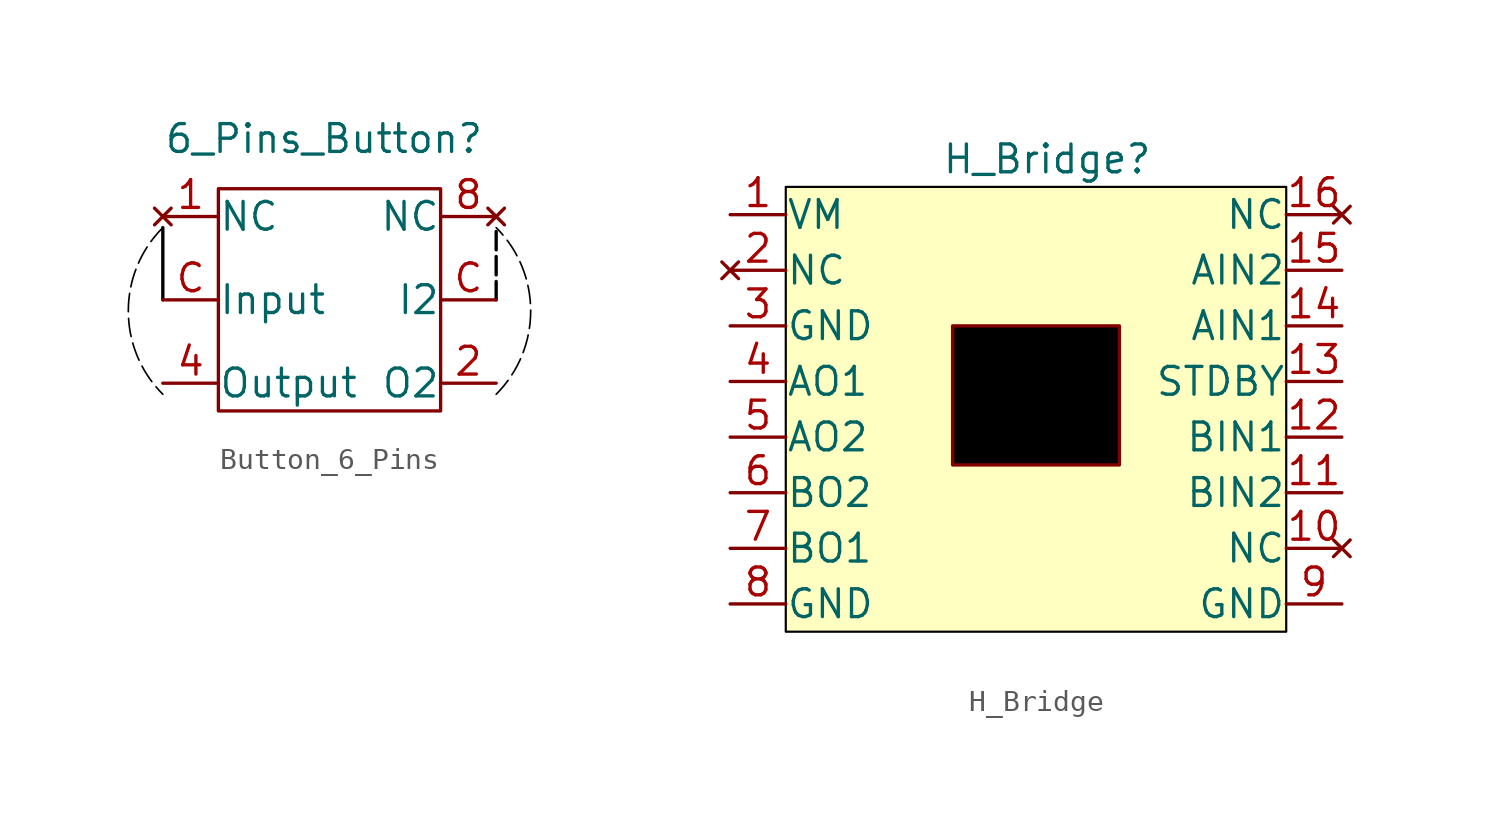
<source format=kicad_sym>
(kicad_symbol_lib
  (version 20231120)
  (generator "kicad_symbol_editor")
  (generator_version "8.0")
  (symbol "Button_6_Pins"
    (pin_names
      (offset 0.0001))
    (property "Reference" "6_Pins_Button"
      (at -0.254 7.366 0)
      (effects (font (size 1.27 1.27))))
    (property "Value" ""
      (at 0 0 0)
      (effects (font (size 1.27 1.27))))
    (symbol "Button_6_Pins_0_1"
      (rectangle (start -5.08 5.08) (end 5.08 -5.08) (stroke (width 0) (type default)) (fill (type none))))
    (symbol "Button_6_Pins_1_1"
      (arc (start -7.62 3.302) (mid -9.1982 -0.508) (end -7.62 -4.318) (stroke (width 0.0762) (type dash) (color 0 0 0 1)) (fill (type none)))
      (polyline (pts (xy -7.62 0) (xy -7.62 3.302)) (stroke (width 0) (type default) (color 0 0 0 1)) (fill (type none)))
      (polyline (pts (xy 7.62 0) (xy 7.62 3.302)) (stroke (width 0) (type default) (color 0 0 0 1)) (fill (type none)))
      (arc (start 7.62 -4.318) (mid 9.1982 -0.508) (end 7.62 3.302) (stroke (width 0.0762) (type dash) (color 0 0 0 1)) (fill (type none)))
      (pin no_connect line (at -7.62 3.81 0) (length 2.54) (name "NC" (effects (font (size 1.27 1.27)))) (number "1" (effects (font (size 1.27 1.27)))))
      (pin free line (at 7.62 -3.81 180) (length 2.54) (name "O2" (effects (font (size 1.27 1.27)))) (number "2" (effects (font (size 1.27 1.27)))))
      (pin free line (at -7.62 -3.81 0) (length 2.54) (name "Output" (effects (font (size 1.27 1.27)))) (number "4" (effects (font (size 1.27 1.27)))))
      (pin no_connect line (at 7.62 3.81 180) (length 2.54) (name "NC" (effects (font (size 1.27 1.27)))) (number "8" (effects (font (size 1.27 1.27)))))
      (pin free line (at 7.62 0 180) (length 2.54) (name "I2" (effects (font (size 1.27 1.27)))) (number "C" (effects (font (size 1.27 1.27)))))
      (pin input line (at -7.62 0 0) (length 2.54) (name "Input" (effects (font (size 1.27 1.27)))) (number "C" (effects (font (size 1.27 1.27)))))))
  (symbol "H_Bridge"
    (pin_names
      (offset 0.0001))
    (property "Reference" "H_Bridge"
      (at 0.508 11.43 0)
      (effects (font (size 1.27 1.27))))
    (property "Value" ""
      (at -0.203 2.743 0)
      (effects (font (size 1.27 1.27))))
    (symbol "H_Bridge_1_1"
      (rectangle (start -11.43 10.16) (end 11.43 -10.16) (stroke (width 0.1) (type default) (color 0 0 0 1)) (fill (type background)))
      (rectangle (start -3.81 3.81) (end 3.81 -2.54) (stroke (width 0) (type default)) (fill (type color) (color 0 0 0 1)))
      (pin input line (at -13.97 8.89 0) (length 2.54) (name "VM" (effects (font (size 1.27 1.27)))) (number "1" (effects (font (size 1.27 1.27)))))
      (pin no_connect line (at 13.97 -6.35 180) (length 2.54) (name "NC" (effects (font (size 1.27 1.27)))) (number "10" (effects (font (size 1.27 1.27)))))
      (pin input line (at 13.97 -3.81 180) (length 2.54) (name "BIN2" (effects (font (size 1.27 1.27)))) (number "11" (effects (font (size 1.27 1.27)))))
      (pin input line (at 13.97 -1.27 180) (length 2.54) (name "BIN1" (effects (font (size 1.27 1.27)))) (number "12" (effects (font (size 1.27 1.27)))))
      (pin input line (at 13.97 1.27 180) (length 2.54) (name "STDBY" (effects (font (size 1.27 1.27)))) (number "13" (effects (font (size 1.27 1.27)))))
      (pin input line (at 13.97 3.81 180) (length 2.54) (name "AIN1" (effects (font (size 1.27 1.27)))) (number "14" (effects (font (size 1.27 1.27)))))
      (pin input line (at 13.97 6.35 180) (length 2.54) (name "AIN2" (effects (font (size 1.27 1.27)))) (number "15" (effects (font (size 1.27 1.27)))))
      (pin no_connect line (at 13.97 8.89 180) (length 2.54) (name "NC" (effects (font (size 1.27 1.27)))) (number "16" (effects (font (size 1.27 1.27)))))
      (pin no_connect line (at -13.97 6.35 0) (length 2.54) (name "NC" (effects (font (size 1.27 1.27)))) (number "2" (effects (font (size 1.27 1.27)))))
      (pin passive line (at -13.97 3.81 0) (length 2.54) (name "GND" (effects (font (size 1.27 1.27)))) (number "3" (effects (font (size 1.27 1.27)))))
      (pin output line (at -13.97 1.27 0) (length 2.54) (name "AO1" (effects (font (size 1.27 1.27)))) (number "4" (effects (font (size 1.27 1.27)))))
      (pin output line (at -13.97 -1.27 0) (length 2.54) (name "AO2" (effects (font (size 1.27 1.27)))) (number "5" (effects (font (size 1.27 1.27)))))
      (pin output line (at -13.97 -3.81 0) (length 2.54) (name "BO2" (effects (font (size 1.27 1.27)))) (number "6" (effects (font (size 1.27 1.27)))))
      (pin output line (at -13.97 -6.35 0) (length 2.54) (name "BO1" (effects (font (size 1.27 1.27)))) (number "7" (effects (font (size 1.27 1.27)))))
      (pin passive line (at -13.97 -8.89 0) (length 2.54) (name "GND" (effects (font (size 1.27 1.27)))) (number "8" (effects (font (size 1.27 1.27)))))
      (pin passive line (at 13.97 -8.89 180) (length 2.54) (name "GND" (effects (font (size 1.27 1.27)))) (number "9" (effects (font (size 1.27 1.27))))))))
</source>
